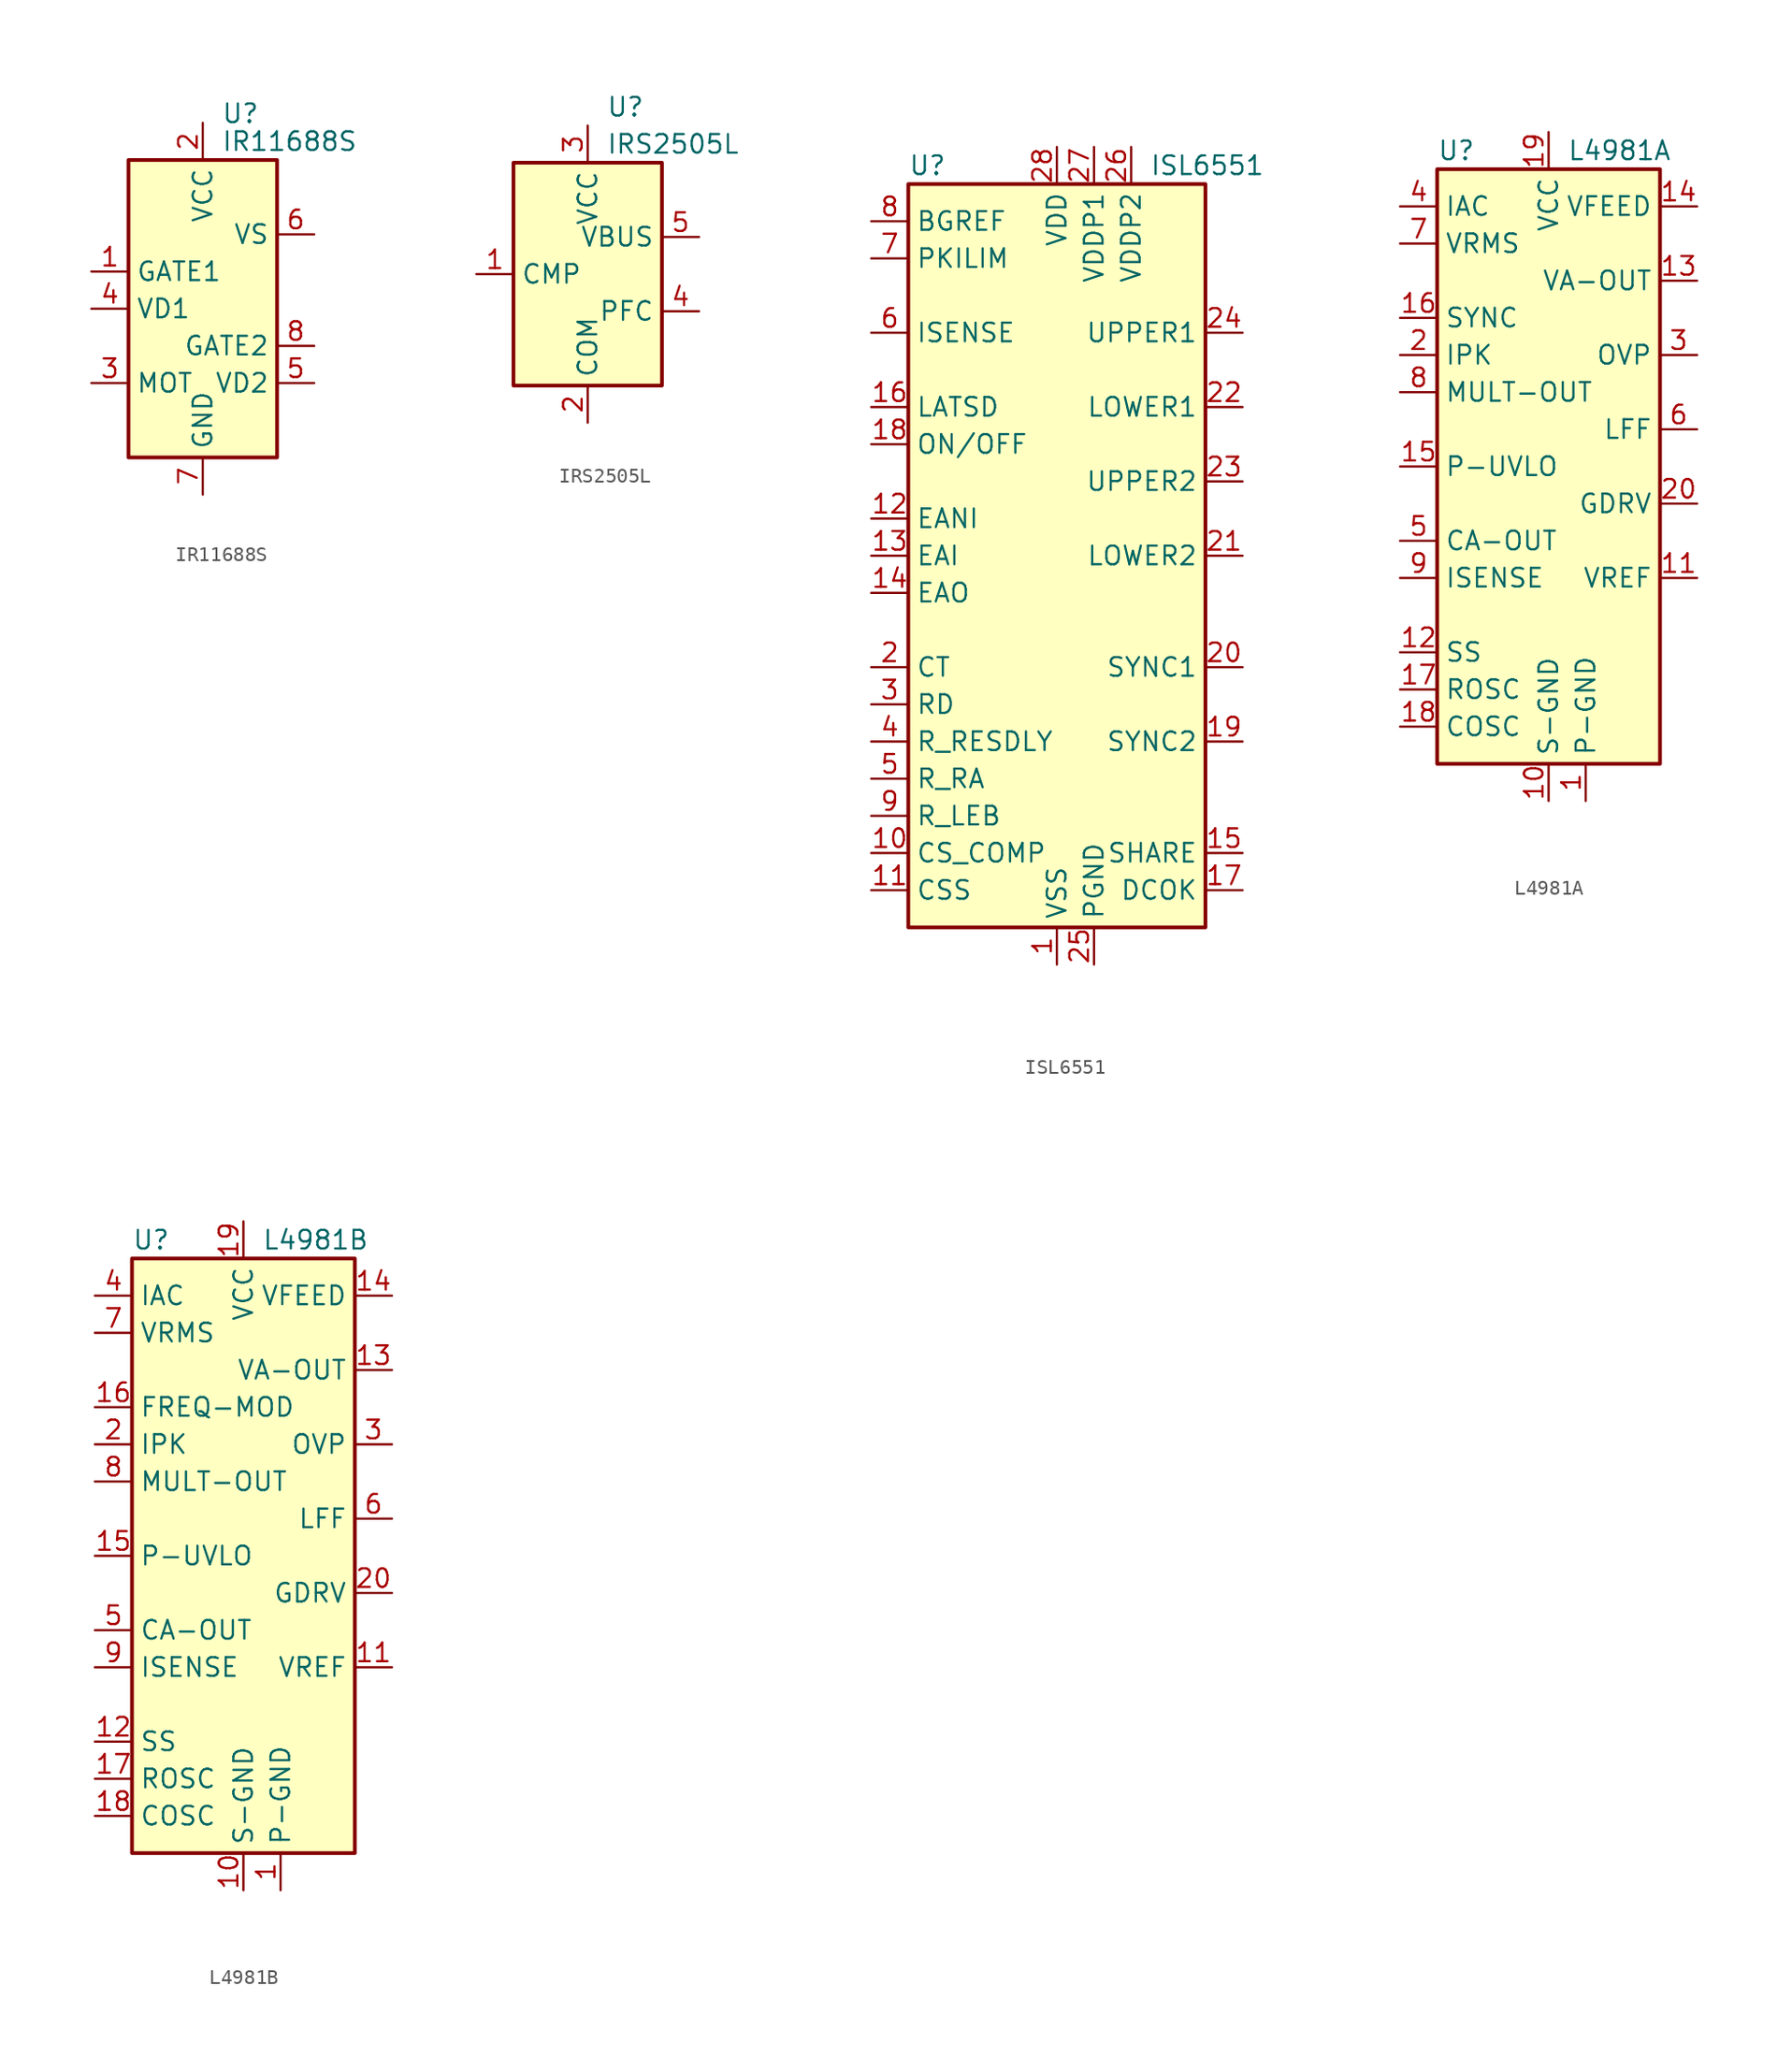
<source format=kicad_sym>
(kicad_symbol_lib
  (version 20201005)
  (generator kicad_symbol_editor)
  (symbol "Regulator_Controller:IR11688S"
    (property "Reference" "U"
      (at 1.27 13.335 0)
      (effects (font (size 1.27 1.27)) (justify left)))
    (property "Value" "IR11688S"
      (at 1.27 11.43 0)
      (effects (font (size 1.27 1.27)) (justify left)))
    (symbol "IR11688S_0_1"
      (rectangle (start -5.08 -10.16) (end 5.08 10.16) (stroke (width 0.254)) (fill (type background))))
    (symbol "IR11688S_1_1"
      (pin output line (at -7.62 2.54 0) (length 2.54) (name "GATE1" (effects (font (size 1.27 1.27)))) (number "1" (effects (font (size 1.27 1.27)))))
      (pin power_in line (at 0 12.7 270) (length 2.54) (name "VCC" (effects (font (size 1.27 1.27)))) (number "2" (effects (font (size 1.27 1.27)))))
      (pin passive line (at -7.62 -5.08 0) (length 2.54) (name "MOT" (effects (font (size 1.27 1.27)))) (number "3" (effects (font (size 1.27 1.27)))))
      (pin input line (at -7.62 0 0) (length 2.54) (name "VD1" (effects (font (size 1.27 1.27)))) (number "4" (effects (font (size 1.27 1.27)))))
      (pin input line (at 7.62 -5.08 180) (length 2.54) (name "VD2" (effects (font (size 1.27 1.27)))) (number "5" (effects (font (size 1.27 1.27)))))
      (pin input line (at 7.62 5.08 180) (length 2.54) (name "VS" (effects (font (size 1.27 1.27)))) (number "6" (effects (font (size 1.27 1.27)))))
      (pin power_in line (at 0 -12.7 90) (length 2.54) (name "GND" (effects (font (size 1.27 1.27)))) (number "7" (effects (font (size 1.27 1.27)))))
      (pin output line (at 7.62 -2.54 180) (length 2.54) (name "GATE2" (effects (font (size 1.27 1.27)))) (number "8" (effects (font (size 1.27 1.27)))))))
  (symbol "Regulator_Controller:IRS2505L"
    (property "Reference" "U"
      (at 1.27 11.43 0)
      (effects (font (size 1.27 1.27)) (justify left)))
    (property "Value" "IRS2505L"
      (at 1.27 8.89 0)
      (effects (font (size 1.27 1.27)) (justify left)))
    (symbol "IRS2505L_0_1"
      (rectangle (start -5.08 -7.62) (end 5.08 7.62) (stroke (width 0.254)) (fill (type background))))
    (symbol "IRS2505L_1_1"
      (pin passive line (at -7.62 0 0) (length 2.54) (name "CMP" (effects (font (size 1.27 1.27)))) (number "1" (effects (font (size 1.27 1.27)))))
      (pin power_in line (at 0 -10.16 90) (length 2.54) (name "COM" (effects (font (size 1.27 1.27)))) (number "2" (effects (font (size 1.27 1.27)))))
      (pin power_in line (at 0 10.16 270) (length 2.54) (name "VCC" (effects (font (size 1.27 1.27)))) (number "3" (effects (font (size 1.27 1.27)))))
      (pin output line (at 7.62 -2.54 180) (length 2.54) (name "PFC" (effects (font (size 1.27 1.27)))) (number "4" (effects (font (size 1.27 1.27)))))
      (pin input line (at 7.62 2.54 180) (length 2.54) (name "VBUS" (effects (font (size 1.27 1.27)))) (number "5" (effects (font (size 1.27 1.27)))))))
  (symbol "Regulator_Controller:ISL6551"
    (property "Reference" "U"
      (at -10.16 26.67 0)
      (effects (font (size 1.27 1.27)) (justify left)))
    (property "Value" "ISL6551"
      (at 6.35 26.67 0)
      (effects (font (size 1.27 1.27)) (justify left)))
    (symbol "ISL6551_0_0"
      (rectangle (start -10.16 25.4) (end 10.16 -25.4) (stroke (width 0.254)) (fill (type background))))
    (symbol "ISL6551_1_1"
      (pin power_in line (at 0 -27.94 90) (length 2.54) (name "VSS" (effects (font (size 1.27 1.27)))) (number "1" (effects (font (size 1.27 1.27)))))
      (pin passive line (at -12.7 -20.32 0) (length 2.54) (name "CS_COMP" (effects (font (size 1.27 1.27)))) (number "10" (effects (font (size 1.27 1.27)))))
      (pin passive line (at -12.7 -22.86 0) (length 2.54) (name "CSS" (effects (font (size 1.27 1.27)))) (number "11" (effects (font (size 1.27 1.27)))))
      (pin input line (at -12.7 2.54 0) (length 2.54) (name "EANI" (effects (font (size 1.27 1.27)))) (number "12" (effects (font (size 1.27 1.27)))))
      (pin input line (at -12.7 0 0) (length 2.54) (name "EAI" (effects (font (size 1.27 1.27)))) (number "13" (effects (font (size 1.27 1.27)))))
      (pin output line (at -12.7 -2.54 0) (length 2.54) (name "EAO" (effects (font (size 1.27 1.27)))) (number "14" (effects (font (size 1.27 1.27)))))
      (pin input line (at 12.7 -20.32 180) (length 2.54) (name "SHARE" (effects (font (size 1.27 1.27)))) (number "15" (effects (font (size 1.27 1.27)))))
      (pin input line (at -12.7 10.16 0) (length 2.54) (name "LATSD" (effects (font (size 1.27 1.27)))) (number "16" (effects (font (size 1.27 1.27)))))
      (pin output line (at 12.7 -22.86 180) (length 2.54) (name "DCOK" (effects (font (size 1.27 1.27)))) (number "17" (effects (font (size 1.27 1.27)))))
      (pin input line (at -12.7 7.62 0) (length 2.54) (name "ON/OFF" (effects (font (size 1.27 1.27)))) (number "18" (effects (font (size 1.27 1.27)))))
      (pin output line (at 12.7 -12.7 180) (length 2.54) (name "SYNC2" (effects (font (size 1.27 1.27)))) (number "19" (effects (font (size 1.27 1.27)))))
      (pin passive line (at -12.7 -7.62 0) (length 2.54) (name "CT" (effects (font (size 1.27 1.27)))) (number "2" (effects (font (size 1.27 1.27)))))
      (pin output line (at 12.7 -7.62 180) (length 2.54) (name "SYNC1" (effects (font (size 1.27 1.27)))) (number "20" (effects (font (size 1.27 1.27)))))
      (pin output line (at 12.7 0 180) (length 2.54) (name "LOWER2" (effects (font (size 1.27 1.27)))) (number "21" (effects (font (size 1.27 1.27)))))
      (pin output line (at 12.7 10.16 180) (length 2.54) (name "LOWER1" (effects (font (size 1.27 1.27)))) (number "22" (effects (font (size 1.27 1.27)))))
      (pin output line (at 12.7 5.08 180) (length 2.54) (name "UPPER2" (effects (font (size 1.27 1.27)))) (number "23" (effects (font (size 1.27 1.27)))))
      (pin output line (at 12.7 15.24 180) (length 2.54) (name "UPPER1" (effects (font (size 1.27 1.27)))) (number "24" (effects (font (size 1.27 1.27)))))
      (pin power_in line (at 2.54 -27.94 90) (length 2.54) (name "PGND" (effects (font (size 1.27 1.27)))) (number "25" (effects (font (size 1.27 1.27)))))
      (pin power_in line (at 5.08 27.94 270) (length 2.54) (name "VDDP2" (effects (font (size 1.27 1.27)))) (number "26" (effects (font (size 1.27 1.27)))))
      (pin power_in line (at 2.54 27.94 270) (length 2.54) (name "VDDP1" (effects (font (size 1.27 1.27)))) (number "27" (effects (font (size 1.27 1.27)))))
      (pin power_in line (at 0 27.94 270) (length 2.54) (name "VDD" (effects (font (size 1.27 1.27)))) (number "28" (effects (font (size 1.27 1.27)))))
      (pin passive line (at -12.7 -10.16 0) (length 2.54) (name "RD" (effects (font (size 1.27 1.27)))) (number "3" (effects (font (size 1.27 1.27)))))
      (pin passive line (at -12.7 -12.7 0) (length 2.54) (name "R_RESDLY" (effects (font (size 1.27 1.27)))) (number "4" (effects (font (size 1.27 1.27)))))
      (pin passive line (at -12.7 -15.24 0) (length 2.54) (name "R_RA" (effects (font (size 1.27 1.27)))) (number "5" (effects (font (size 1.27 1.27)))))
      (pin input line (at -12.7 15.24 0) (length 2.54) (name "ISENSE" (effects (font (size 1.27 1.27)))) (number "6" (effects (font (size 1.27 1.27)))))
      (pin input line (at -12.7 20.32 0) (length 2.54) (name "PKILIM" (effects (font (size 1.27 1.27)))) (number "7" (effects (font (size 1.27 1.27)))))
      (pin output line (at -12.7 22.86 0) (length 2.54) (name "BGREF" (effects (font (size 1.27 1.27)))) (number "8" (effects (font (size 1.27 1.27)))))
      (pin passive line (at -12.7 -17.78 0) (length 2.54) (name "R_LEB" (effects (font (size 1.27 1.27)))) (number "9" (effects (font (size 1.27 1.27)))))))
  (symbol "Regulator_Controller:L4981A"
    (property "Reference" "U"
      (at -7.62 21.59 0)
      (effects (font (size 1.27 1.27)) (justify left)))
    (property "Value" "L4981A"
      (at 1.27 21.59 0)
      (effects (font (size 1.27 1.27)) (justify left)))
    (symbol "L4981A_0_0"
      (rectangle (start -7.62 20.32) (end 7.62 -20.32) (stroke (width 0.254)) (fill (type background))))
    (symbol "L4981A_1_1"
      (pin power_in line (at 2.54 -22.86 90) (length 2.54) (name "P-GND" (effects (font (size 1.27 1.27)))) (number "1" (effects (font (size 1.27 1.27)))))
      (pin power_in line (at 0 -22.86 90) (length 2.54) (name "S-GND" (effects (font (size 1.27 1.27)))) (number "10" (effects (font (size 1.27 1.27)))))
      (pin output line (at 10.16 -7.62 180) (length 2.54) (name "VREF" (effects (font (size 1.27 1.27)))) (number "11" (effects (font (size 1.27 1.27)))))
      (pin passive line (at -10.16 -12.7 0) (length 2.54) (name "SS" (effects (font (size 1.27 1.27)))) (number "12" (effects (font (size 1.27 1.27)))))
      (pin output line (at 10.16 12.7 180) (length 2.54) (name "VA-OUT" (effects (font (size 1.27 1.27)))) (number "13" (effects (font (size 1.27 1.27)))))
      (pin input line (at 10.16 17.78 180) (length 2.54) (name "VFEED" (effects (font (size 1.27 1.27)))) (number "14" (effects (font (size 1.27 1.27)))))
      (pin input line (at -10.16 0 0) (length 2.54) (name "P-UVLO" (effects (font (size 1.27 1.27)))) (number "15" (effects (font (size 1.27 1.27)))))
      (pin bidirectional line (at -10.16 10.16 0) (length 2.54) (name "SYNC" (effects (font (size 1.27 1.27)))) (number "16" (effects (font (size 1.27 1.27)))))
      (pin passive line (at -10.16 -15.24 0) (length 2.54) (name "ROSC" (effects (font (size 1.27 1.27)))) (number "17" (effects (font (size 1.27 1.27)))))
      (pin passive line (at -10.16 -17.78 0) (length 2.54) (name "COSC" (effects (font (size 1.27 1.27)))) (number "18" (effects (font (size 1.27 1.27)))))
      (pin power_in line (at 0 22.86 270) (length 2.54) (name "VCC" (effects (font (size 1.27 1.27)))) (number "19" (effects (font (size 1.27 1.27)))))
      (pin input line (at -10.16 7.62 0) (length 2.54) (name "IPK" (effects (font (size 1.27 1.27)))) (number "2" (effects (font (size 1.27 1.27)))))
      (pin output line (at 10.16 -2.54 180) (length 2.54) (name "GDRV" (effects (font (size 1.27 1.27)))) (number "20" (effects (font (size 1.27 1.27)))))
      (pin input line (at 10.16 7.62 180) (length 2.54) (name "OVP" (effects (font (size 1.27 1.27)))) (number "3" (effects (font (size 1.27 1.27)))))
      (pin input line (at -10.16 17.78 0) (length 2.54) (name "IAC" (effects (font (size 1.27 1.27)))) (number "4" (effects (font (size 1.27 1.27)))))
      (pin output line (at -10.16 -5.08 0) (length 2.54) (name "CA-OUT" (effects (font (size 1.27 1.27)))) (number "5" (effects (font (size 1.27 1.27)))))
      (pin input line (at 10.16 2.54 180) (length 2.54) (name "LFF" (effects (font (size 1.27 1.27)))) (number "6" (effects (font (size 1.27 1.27)))))
      (pin input line (at -10.16 15.24 0) (length 2.54) (name "VRMS" (effects (font (size 1.27 1.27)))) (number "7" (effects (font (size 1.27 1.27)))))
      (pin output line (at -10.16 5.08 0) (length 2.54) (name "MULT-OUT" (effects (font (size 1.27 1.27)))) (number "8" (effects (font (size 1.27 1.27)))))
      (pin input line (at -10.16 -7.62 0) (length 2.54) (name "ISENSE" (effects (font (size 1.27 1.27)))) (number "9" (effects (font (size 1.27 1.27)))))))
  (symbol "Regulator_Controller:L4981B"
    (property "Reference" "U"
      (at -7.62 21.59 0)
      (effects (font (size 1.27 1.27)) (justify left)))
    (property "Value" "L4981B"
      (at 1.27 21.59 0)
      (effects (font (size 1.27 1.27)) (justify left)))
    (symbol "L4981B_0_0"
      (rectangle (start -7.62 20.32) (end 7.62 -20.32) (stroke (width 0.254)) (fill (type background))))
    (symbol "L4981B_1_1"
      (pin power_in line (at 2.54 -22.86 90) (length 2.54) (name "P-GND" (effects (font (size 1.27 1.27)))) (number "1" (effects (font (size 1.27 1.27)))))
      (pin power_in line (at 0 -22.86 90) (length 2.54) (name "S-GND" (effects (font (size 1.27 1.27)))) (number "10" (effects (font (size 1.27 1.27)))))
      (pin output line (at 10.16 -7.62 180) (length 2.54) (name "VREF" (effects (font (size 1.27 1.27)))) (number "11" (effects (font (size 1.27 1.27)))))
      (pin passive line (at -10.16 -12.7 0) (length 2.54) (name "SS" (effects (font (size 1.27 1.27)))) (number "12" (effects (font (size 1.27 1.27)))))
      (pin output line (at 10.16 12.7 180) (length 2.54) (name "VA-OUT" (effects (font (size 1.27 1.27)))) (number "13" (effects (font (size 1.27 1.27)))))
      (pin input line (at 10.16 17.78 180) (length 2.54) (name "VFEED" (effects (font (size 1.27 1.27)))) (number "14" (effects (font (size 1.27 1.27)))))
      (pin input line (at -10.16 0 0) (length 2.54) (name "P-UVLO" (effects (font (size 1.27 1.27)))) (number "15" (effects (font (size 1.27 1.27)))))
      (pin input line (at -10.16 10.16 0) (length 2.54) (name "FREQ-MOD" (effects (font (size 1.27 1.27)))) (number "16" (effects (font (size 1.27 1.27)))))
      (pin passive line (at -10.16 -15.24 0) (length 2.54) (name "ROSC" (effects (font (size 1.27 1.27)))) (number "17" (effects (font (size 1.27 1.27)))))
      (pin passive line (at -10.16 -17.78 0) (length 2.54) (name "COSC" (effects (font (size 1.27 1.27)))) (number "18" (effects (font (size 1.27 1.27)))))
      (pin power_in line (at 0 22.86 270) (length 2.54) (name "VCC" (effects (font (size 1.27 1.27)))) (number "19" (effects (font (size 1.27 1.27)))))
      (pin input line (at -10.16 7.62 0) (length 2.54) (name "IPK" (effects (font (size 1.27 1.27)))) (number "2" (effects (font (size 1.27 1.27)))))
      (pin output line (at 10.16 -2.54 180) (length 2.54) (name "GDRV" (effects (font (size 1.27 1.27)))) (number "20" (effects (font (size 1.27 1.27)))))
      (pin input line (at 10.16 7.62 180) (length 2.54) (name "OVP" (effects (font (size 1.27 1.27)))) (number "3" (effects (font (size 1.27 1.27)))))
      (pin input line (at -10.16 17.78 0) (length 2.54) (name "IAC" (effects (font (size 1.27 1.27)))) (number "4" (effects (font (size 1.27 1.27)))))
      (pin output line (at -10.16 -5.08 0) (length 2.54) (name "CA-OUT" (effects (font (size 1.27 1.27)))) (number "5" (effects (font (size 1.27 1.27)))))
      (pin input line (at 10.16 2.54 180) (length 2.54) (name "LFF" (effects (font (size 1.27 1.27)))) (number "6" (effects (font (size 1.27 1.27)))))
      (pin input line (at -10.16 15.24 0) (length 2.54) (name "VRMS" (effects (font (size 1.27 1.27)))) (number "7" (effects (font (size 1.27 1.27)))))
      (pin output line (at -10.16 5.08 0) (length 2.54) (name "MULT-OUT" (effects (font (size 1.27 1.27)))) (number "8" (effects (font (size 1.27 1.27)))))
      (pin input line (at -10.16 -7.62 0) (length 2.54) (name "ISENSE" (effects (font (size 1.27 1.27)))) (number "9" (effects (font (size 1.27 1.27))))))))
</source>
